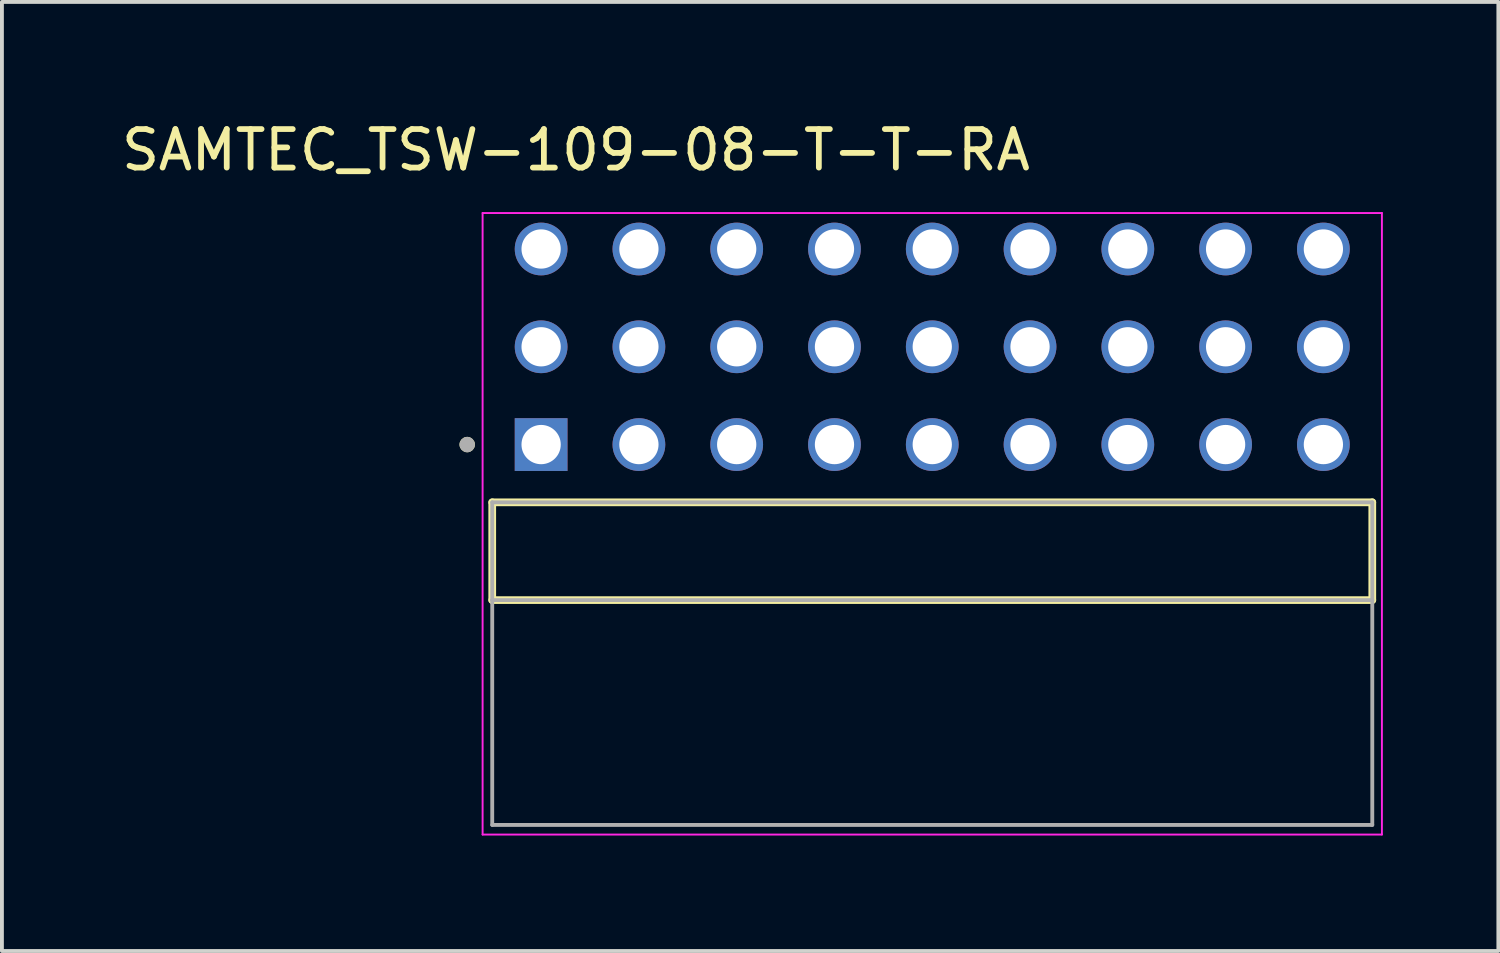
<source format=kicad_pcb>
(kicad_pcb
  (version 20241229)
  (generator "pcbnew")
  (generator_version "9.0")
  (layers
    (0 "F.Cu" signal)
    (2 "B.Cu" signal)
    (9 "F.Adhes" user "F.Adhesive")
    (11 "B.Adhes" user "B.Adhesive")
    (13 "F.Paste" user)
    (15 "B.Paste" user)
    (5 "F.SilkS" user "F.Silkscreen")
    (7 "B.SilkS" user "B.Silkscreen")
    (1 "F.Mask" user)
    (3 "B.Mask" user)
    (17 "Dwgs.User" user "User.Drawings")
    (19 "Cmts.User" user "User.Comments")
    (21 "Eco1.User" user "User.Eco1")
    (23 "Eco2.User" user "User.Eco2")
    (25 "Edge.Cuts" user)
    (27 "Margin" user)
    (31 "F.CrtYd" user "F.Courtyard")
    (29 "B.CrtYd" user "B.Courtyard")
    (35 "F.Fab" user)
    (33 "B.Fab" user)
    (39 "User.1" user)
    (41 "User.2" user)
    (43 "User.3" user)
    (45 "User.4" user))
  (footprint "SAMTEC_TSW-109-08-T-T-RA"
    (layer "F.Cu")
    (at 21.166 11.268)
    (property "Reference" "SAMTEC_TSW-109-08-T-T-RA" (at -9.255 -10.42 0) (layer "F.SilkS") (effects (font (size 1 1) (thickness 0.15))))
    (attr through_hole)
    (fp_line (start -11.43 1.27) (end -11.43 -1.27) (stroke (width 0.2) (type solid)) (layer "F.SilkS"))
    (fp_line (start 11.43 -1.27) (end -11.43 -1.27) (stroke (width 0.2) (type solid)) (layer "F.SilkS"))
    (fp_line (start 11.43 -1.27) (end 11.43 1.27) (stroke (width 0.2) (type solid)) (layer "F.SilkS"))
    (fp_line (start 11.43 1.27) (end -11.43 1.27) (stroke (width 0.2) (type solid)) (layer "F.SilkS"))
    (fp_circle (center -12.08 -2.77) (end -11.98 -2.77) (stroke (width 0.2) (type solid)) (fill no) (layer "F.SilkS"))
    (fp_line (start -11.68 -8.785) (end 11.68 -8.785) (stroke (width 0.05) (type solid)) (layer "F.CrtYd"))
    (fp_line (start -11.68 7.36) (end -11.68 -8.785) (stroke (width 0.05) (type solid)) (layer "F.CrtYd"))
    (fp_line (start 11.68 -8.785) (end 11.68 7.36) (stroke (width 0.05) (type solid)) (layer "F.CrtYd"))
    (fp_line (start 11.68 7.36) (end -11.68 7.36) (stroke (width 0.05) (type solid)) (layer "F.CrtYd"))
    (fp_line (start -11.43 -1.27) (end 11.43 -1.27) (stroke (width 0.1) (type solid)) (layer "F.Fab"))
    (fp_line (start -11.43 1.27) (end -11.43 -1.27) (stroke (width 0.1) (type solid)) (layer "F.Fab"))
    (fp_line (start -11.43 1.27) (end -11.43 7.11) (stroke (width 0.1) (type solid)) (layer "F.Fab"))
    (fp_line (start -11.43 7.11) (end 11.43 7.11) (stroke (width 0.1) (type solid)) (layer "F.Fab"))
    (fp_line (start 11.43 -1.27) (end 11.43 1.27) (stroke (width 0.1) (type solid)) (layer "F.Fab"))
    (fp_line (start 11.43 1.27) (end -11.43 1.27) (stroke (width 0.1) (type solid)) (layer "F.Fab"))
    (fp_line (start 11.43 7.11) (end 11.43 1.27) (stroke (width 0.1) (type solid)) (layer "F.Fab"))
    (fp_circle (center -12.08 -2.77) (end -11.98 -2.77) (stroke (width 0.2) (type solid)) (fill no) (layer "F.Fab"))
    (pad "01" thru_hole rect (at -10.16 -2.77) (size 1.37 1.37) (drill 1.02) (layers "*.Cu" "*.Mask"))
    (pad "02" thru_hole circle (at -10.16 -5.31) (size 1.37 1.37) (drill 1.02) (layers "*.Cu" "*.Mask"))
    (pad "03" thru_hole circle (at -10.16 -7.85) (size 1.37 1.37) (drill 1.02) (layers "*.Cu" "*.Mask"))
    (pad "04" thru_hole circle (at -7.62 -2.77) (size 1.37 1.37) (drill 1.02) (layers "*.Cu" "*.Mask"))
    (pad "05" thru_hole circle (at -7.62 -5.31) (size 1.37 1.37) (drill 1.02) (layers "*.Cu" "*.Mask"))
    (pad "06" thru_hole circle (at -7.62 -7.85) (size 1.37 1.37) (drill 1.02) (layers "*.Cu" "*.Mask"))
    (pad "07" thru_hole circle (at -5.08 -2.77) (size 1.37 1.37) (drill 1.02) (layers "*.Cu" "*.Mask"))
    (pad "08" thru_hole circle (at -5.08 -5.31) (size 1.37 1.37) (drill 1.02) (layers "*.Cu" "*.Mask"))
    (pad "09" thru_hole circle (at -5.08 -7.85) (size 1.37 1.37) (drill 1.02) (layers "*.Cu" "*.Mask"))
    (pad "10" thru_hole circle (at -2.54 -2.77) (size 1.37 1.37) (drill 1.02) (layers "*.Cu" "*.Mask"))
    (pad "11" thru_hole circle (at -2.54 -5.31) (size 1.37 1.37) (drill 1.02) (layers "*.Cu" "*.Mask"))
    (pad "12" thru_hole circle (at -2.54 -7.85) (size 1.37 1.37) (drill 1.02) (layers "*.Cu" "*.Mask"))
    (pad "13" thru_hole circle (at 0 -2.77) (size 1.37 1.37) (drill 1.02) (layers "*.Cu" "*.Mask"))
    (pad "14" thru_hole circle (at 0 -5.31) (size 1.37 1.37) (drill 1.02) (layers "*.Cu" "*.Mask"))
    (pad "15" thru_hole circle (at 0 -7.85) (size 1.37 1.37) (drill 1.02) (layers "*.Cu" "*.Mask"))
    (pad "16" thru_hole circle (at 2.54 -2.77) (size 1.37 1.37) (drill 1.02) (layers "*.Cu" "*.Mask"))
    (pad "17" thru_hole circle (at 2.54 -5.31) (size 1.37 1.37) (drill 1.02) (layers "*.Cu" "*.Mask"))
    (pad "18" thru_hole circle (at 2.54 -7.85) (size 1.37 1.37) (drill 1.02) (layers "*.Cu" "*.Mask"))
    (pad "19" thru_hole circle (at 5.08 -2.77) (size 1.37 1.37) (drill 1.02) (layers "*.Cu" "*.Mask"))
    (pad "20" thru_hole circle (at 5.08 -5.31) (size 1.37 1.37) (drill 1.02) (layers "*.Cu" "*.Mask"))
    (pad "21" thru_hole circle (at 5.08 -7.85) (size 1.37 1.37) (drill 1.02) (layers "*.Cu" "*.Mask"))
    (pad "22" thru_hole circle (at 7.62 -2.77) (size 1.37 1.37) (drill 1.02) (layers "*.Cu" "*.Mask"))
    (pad "23" thru_hole circle (at 7.62 -5.31) (size 1.37 1.37) (drill 1.02) (layers "*.Cu" "*.Mask"))
    (pad "24" thru_hole circle (at 7.62 -7.85) (size 1.37 1.37) (drill 1.02) (layers "*.Cu" "*.Mask"))
    (pad "25" thru_hole circle (at 10.16 -2.77) (size 1.37 1.37) (drill 1.02) (layers "*.Cu" "*.Mask"))
    (pad "26" thru_hole circle (at 10.16 -5.31) (size 1.37 1.37) (drill 1.02) (layers "*.Cu" "*.Mask"))
    (pad "27" thru_hole circle (at 10.16 -7.85) (size 1.37 1.37) (drill 1.02) (layers "*.Cu" "*.Mask")))
  (gr_rect
    (start -3 -3)
    (end 35.871 21.653)
    (stroke (width 0.1) (type default))
    (fill no)
    (layer "Edge.Cuts")))
</source>
